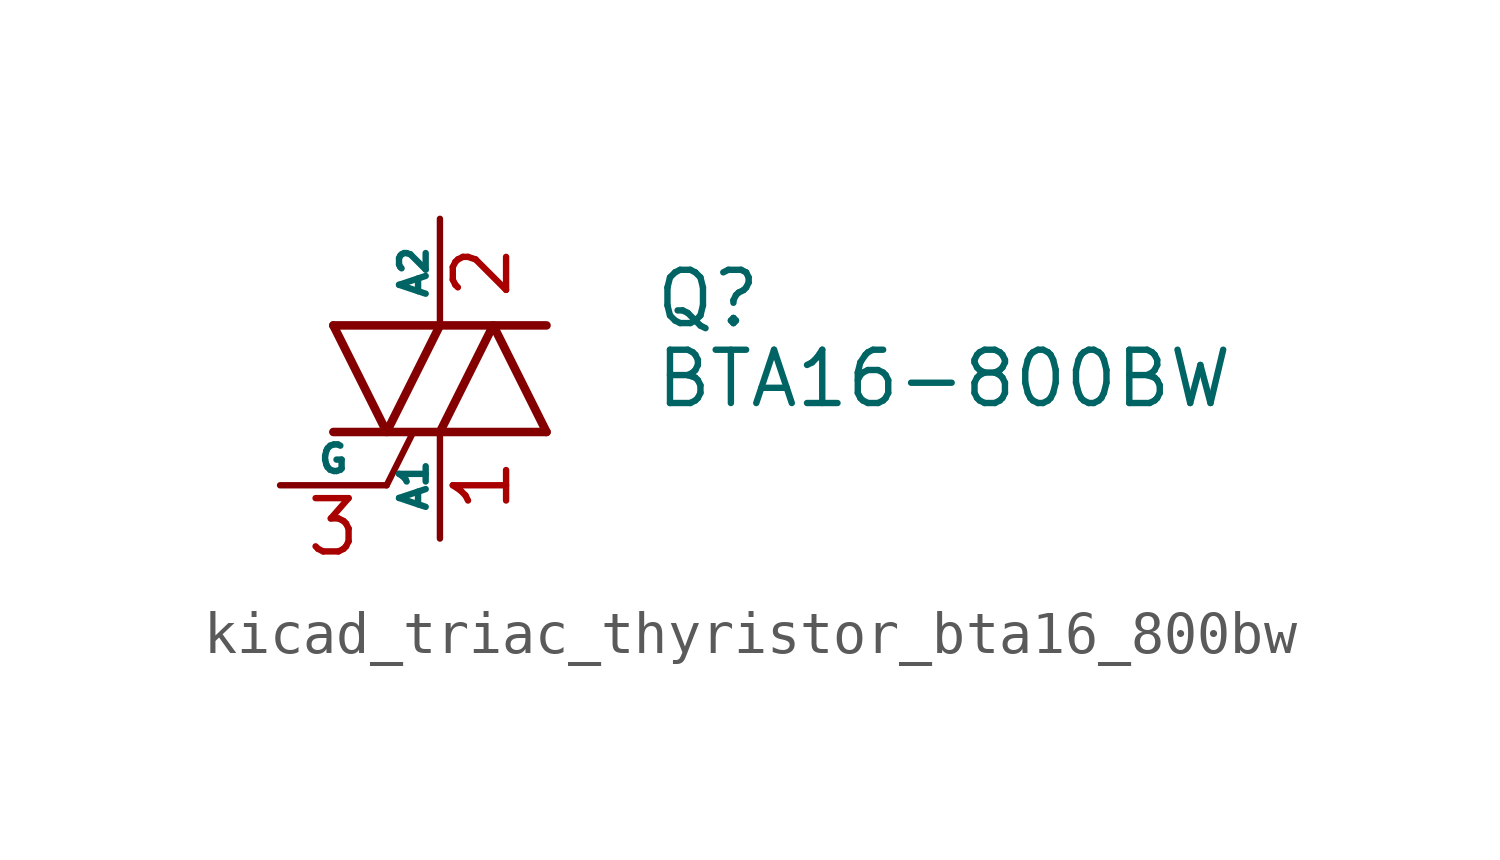
<source format=kicad_sym>
(kicad_symbol_lib
  (version 20220914)
  (generator kicad_symbol_editor)
  (symbol "kicad_triac_thyristor_bta16_800bw"
    (pin_names
      (offset 0))
    (property "Reference" "Q"
      (at 5.08 1.905 0)
      (effects (font (size 1.27 1.27)) (justify left)))
    (property "Value" "BTA16-800BW"
      (at 5.08 0 0)
      (effects (font (size 1.27 1.27)) (justify left)))
    (symbol "kicad_triac_thyristor_bta16_800bw_0_1"
      (polyline (pts (xy -2.54 -1.27) (xy 2.54 -1.27)) (stroke (width 0.203) (type default)) (fill (type none)))
      (polyline (pts (xy -2.54 1.27) (xy 2.54 1.27)) (stroke (width 0.203) (type default)) (fill (type none)))
      (polyline (pts (xy -1.27 -2.54) (xy -0.635 -1.27)) (stroke (width 0) (type default)) (fill (type none)))
      (polyline (pts (xy -2.54 1.27) (xy -1.27 -1.27) (xy 0 1.27)) (stroke (width 0.203) (type default)) (fill (type none)))
      (polyline (pts (xy 0 -1.27) (xy 1.27 1.27) (xy 2.54 -1.27)) (stroke (width 0.203) (type default)) (fill (type none))))
    (symbol "kicad_triac_thyristor_bta16_800bw_1_1"
      (pin passive line (at 0 -3.81 90) (length 2.54) (name "A1" (effects (font (size 0.635 0.635)))) (number "1" (effects (font (size 1.27 1.27)))))
      (pin passive line (at 0 3.81 270) (length 2.54) (name "A2" (effects (font (size 0.635 0.635)))) (number "2" (effects (font (size 1.27 1.27)))))
      (pin input line (at -3.81 -2.54 0) (length 2.54) (name "G" (effects (font (size 0.635 0.635)))) (number "3" (effects (font (size 1.27 1.27))))))))
</source>
